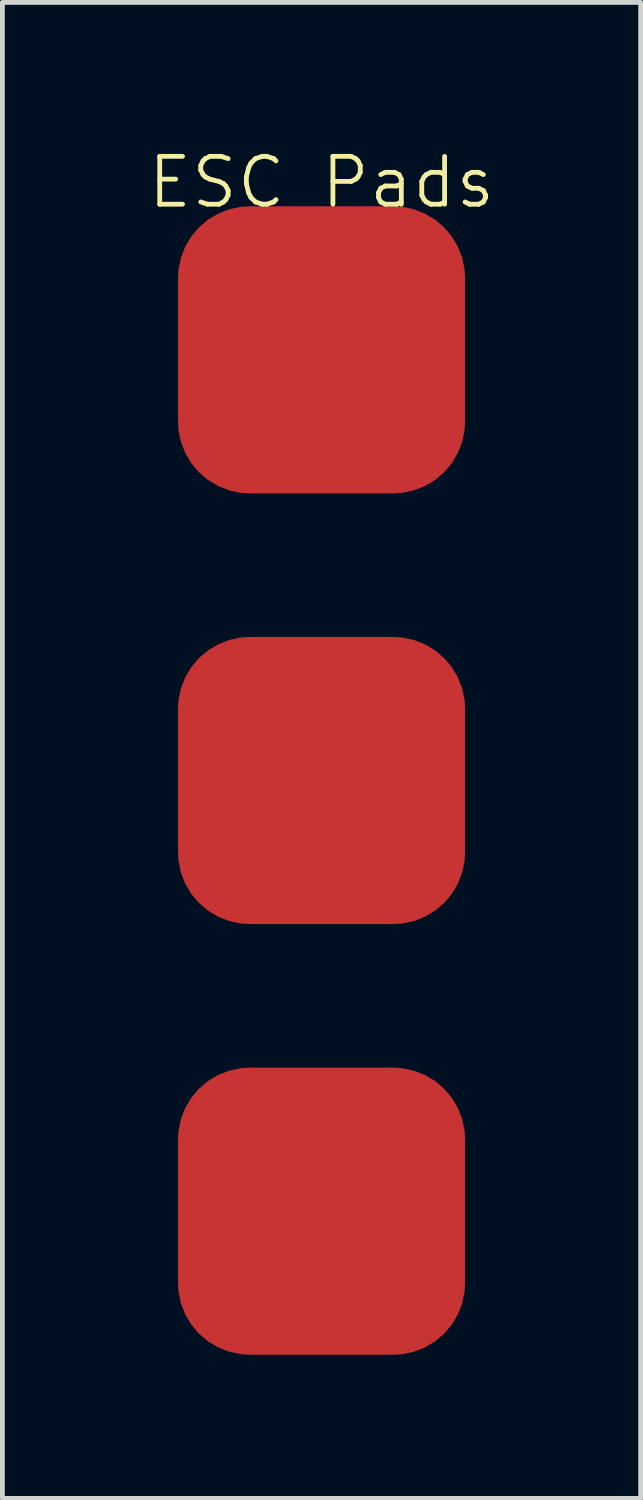
<source format=kicad_pcb>
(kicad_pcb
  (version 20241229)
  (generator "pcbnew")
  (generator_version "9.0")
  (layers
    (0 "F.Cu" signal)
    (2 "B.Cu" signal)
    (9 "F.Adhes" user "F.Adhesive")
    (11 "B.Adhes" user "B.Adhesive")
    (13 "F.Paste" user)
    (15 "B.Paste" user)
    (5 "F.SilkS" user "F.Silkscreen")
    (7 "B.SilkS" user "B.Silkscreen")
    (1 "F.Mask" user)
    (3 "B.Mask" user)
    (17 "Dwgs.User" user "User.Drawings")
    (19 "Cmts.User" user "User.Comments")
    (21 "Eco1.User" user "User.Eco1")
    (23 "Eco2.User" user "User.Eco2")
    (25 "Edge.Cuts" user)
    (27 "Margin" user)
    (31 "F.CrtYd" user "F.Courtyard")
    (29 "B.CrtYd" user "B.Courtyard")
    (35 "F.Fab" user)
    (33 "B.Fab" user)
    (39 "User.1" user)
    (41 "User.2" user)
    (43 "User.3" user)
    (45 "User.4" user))
  (footprint "ESC Pads"
    (layer "F.Cu")
    (at 3.669 1.26)
    (property "Reference" "ESC Pads" (at 0 -0.5 0) (unlocked yes) (layer "F.SilkS") (effects (font (size 1 1) (thickness 0.1))))
    (attr smd)
    (pad "1" connect roundrect (at 0 3 90) (size 6 6) (layers "F.Cu" "F.Mask") (roundrect_rratio 0.25))
    (pad "2" connect roundrect (at 0 12 90) (size 6 6) (layers "F.Cu" "F.Mask") (roundrect_rratio 0.25))
    (pad "3" connect roundrect (at 0 21 90) (size 6 6) (layers "F.Cu" "F.Mask") (roundrect_rratio 0.25)))
  (gr_rect
    (start -3 -3)
    (end 10.338 28.261)
    (stroke (width 0.1) (type default))
    (fill no)
    (layer "Edge.Cuts")))
</source>
